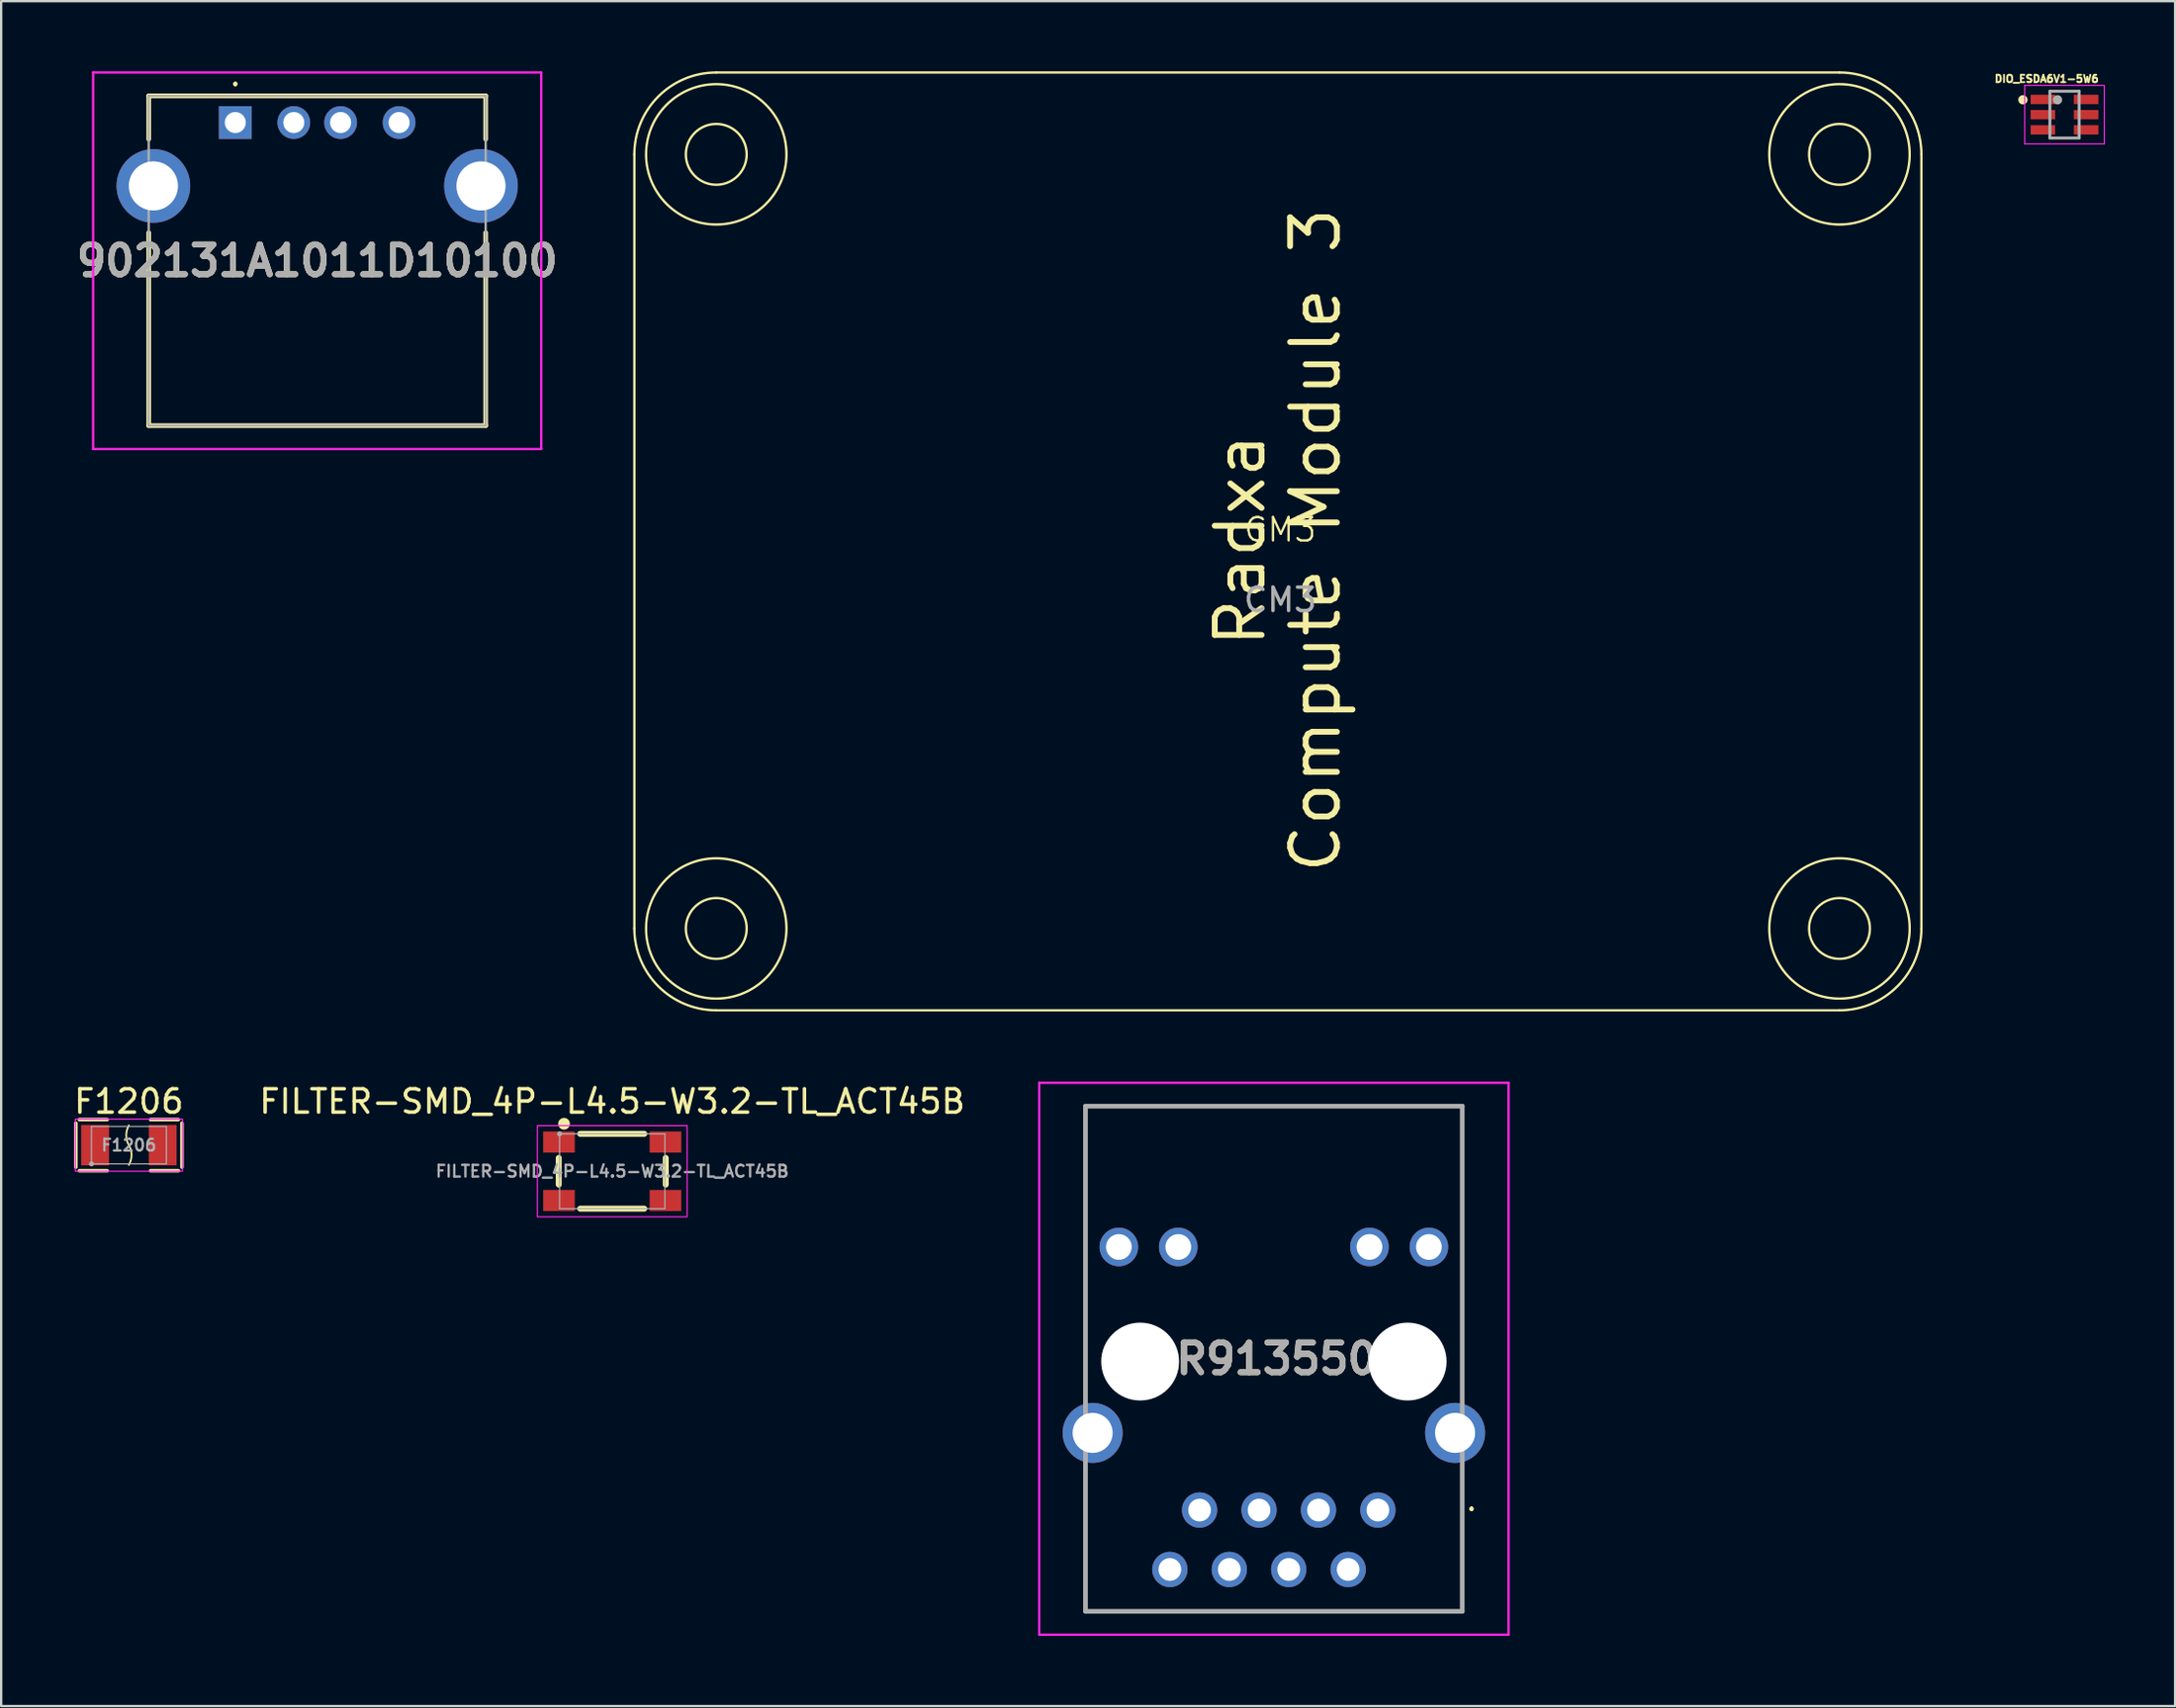
<source format=kicad_pcb>
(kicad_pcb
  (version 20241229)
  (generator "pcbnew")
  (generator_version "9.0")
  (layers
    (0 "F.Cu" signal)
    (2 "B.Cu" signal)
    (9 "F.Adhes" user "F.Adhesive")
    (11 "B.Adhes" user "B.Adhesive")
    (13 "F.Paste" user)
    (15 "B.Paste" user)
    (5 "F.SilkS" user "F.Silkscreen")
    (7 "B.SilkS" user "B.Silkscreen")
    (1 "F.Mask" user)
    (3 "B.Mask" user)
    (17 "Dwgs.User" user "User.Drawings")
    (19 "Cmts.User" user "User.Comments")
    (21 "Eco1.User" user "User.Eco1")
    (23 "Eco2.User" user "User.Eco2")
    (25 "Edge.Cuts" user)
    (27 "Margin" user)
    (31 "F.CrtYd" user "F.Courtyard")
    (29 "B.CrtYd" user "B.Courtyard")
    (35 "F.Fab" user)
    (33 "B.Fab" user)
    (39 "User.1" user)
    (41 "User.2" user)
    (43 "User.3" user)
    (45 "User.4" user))
  (footprint "FILTER-SMD_4P-L4.5-W3.2-TL_ACT45B"
    (layer "F.Cu")
    (at 23.113 47.032)
    (property "Reference" "FILTER-SMD_4P-L4.5-W3.2-TL_ACT45B" (at 0 -2.984 0) (layer "F.SilkS") (effects (font (size 1 1) (thickness 0.15))))
    (fp_line (start -2.286 -0.569) (end -2.286 0.569) (stroke (width 0.254) (type default)) (layer "F.SilkS"))
    (fp_line (start -1.369 -1.6) (end 1.369 -1.6) (stroke (width 0.254) (type default)) (layer "F.SilkS"))
    (fp_line (start -1.369 1.6) (end 1.369 1.6) (stroke (width 0.254) (type default)) (layer "F.SilkS"))
    (fp_line (start 2.286 -0.569) (end 2.286 0.569) (stroke (width 0.254) (type default)) (layer "F.SilkS"))
    (fp_circle (center -2.06 -2.03) (end -1.933 -2.03) (stroke (width 0.254) (type default)) (fill no) (layer "F.SilkS"))
    (fp_rect (start -3.2 -1.95) (end 3.2 1.95) (stroke (width 0.05) (type default)) (fill no) (layer "F.CrtYd"))
    (fp_line (start -2.25 -1.6) (end 2.25 -1.6) (stroke (width 0.051) (type default)) (layer "F.Fab"))
    (fp_line (start -2.25 1.6) (end -2.25 -1.6) (stroke (width 0.051) (type default)) (layer "F.Fab"))
    (fp_line (start 2.25 -1.6) (end 2.25 1.6) (stroke (width 0.051) (type default)) (layer "F.Fab"))
    (fp_line (start 2.25 1.6) (end -2.25 1.6) (stroke (width 0.051) (type default)) (layer "F.Fab"))
    (fp_poly (pts (xy -2.195 -1.623) (xy -2.227 -1.655) (xy -2.273 -1.655) (xy -2.305 -1.623) (xy -2.305 -1.577) (xy -2.273 -1.545) (xy -2.227 -1.545) (xy -2.195 -1.577)) (stroke (width 0.1) (type default)) (fill no) (layer "F.Fab"))
    (fp_poly (pts (xy -2.25 -0.9) (xy -2.25 -1.6) (xy -1.6 -1.6) (xy -1.6 -0.9)) (stroke (width 0.1) (type default)) (fill no) (layer "User.1"))
    (fp_poly (pts (xy -2.25 1.6) (xy -2.25 0.9) (xy -1.6 0.9) (xy -1.6 1.6)) (stroke (width 0.1) (type default)) (fill no) (layer "User.1"))
    (fp_poly (pts (xy 1.6 -0.9) (xy 1.6 -1.6) (xy 2.25 -1.6) (xy 2.25 -0.9)) (stroke (width 0.1) (type default)) (fill no) (layer "User.1"))
    (fp_poly (pts (xy 1.6 1.6) (xy 1.6 0.9) (xy 2.25 0.9) (xy 2.25 1.6)) (stroke (width 0.1) (type default)) (fill no) (layer "User.1"))
    (fp_text user "${REFERENCE}" (at 0 0 0) (layer "F.Fab") (effects (font (size 0.5 0.5) (thickness 0.1))))
    (pad "1" smd rect (at -2.275 -1.25) (size 1.35 0.9) (layers "F.Cu" "F.Mask" "F.Paste"))
    (pad "2" smd rect (at -2.275 1.25) (size 1.35 0.9) (layers "F.Cu" "F.Mask" "F.Paste"))
    (pad "3" smd rect (at 2.275 1.25) (size 1.35 0.9) (layers "F.Cu" "F.Mask" "F.Paste"))
    (pad "4" smd rect (at 2.275 -1.25) (size 1.35 0.9) (layers "F.Cu" "F.Mask" "F.Paste")))
  (footprint "HR913550A"
    (layer "F.Cu")
    (at 55.833 61.52)
    (property "Reference" "HR913550A" (at -4.445 -6.47 0) (layer "F.SilkS") (effects (font (size 1.27 1.27) (thickness 0.254))))
    (attr through_hole)
    (fp_line (start -12.495 -17.27) (end 3.605 -17.27) (stroke (width 0.1) (type solid)) (layer "F.SilkS"))
    (fp_line (start -12.495 -4.85) (end -12.495 -17.27) (stroke (width 0.1) (type solid)) (layer "F.SilkS"))
    (fp_line (start -12.495 -1.85) (end -12.495 4.33) (stroke (width 0.1) (type solid)) (layer "F.SilkS"))
    (fp_line (start -12.495 4.33) (end 3.605 4.33) (stroke (width 0.1) (type solid)) (layer "F.SilkS"))
    (fp_line (start 3.605 -17.27) (end 3.605 -4.85) (stroke (width 0.1) (type solid)) (layer "F.SilkS"))
    (fp_line (start 3.605 4.33) (end 3.605 -1.85) (stroke (width 0.1) (type solid)) (layer "F.SilkS"))
    (fp_line (start 4 -0.1) (end 4 -0.1) (stroke (width 0.1) (type solid)) (layer "F.SilkS"))
    (fp_line (start 4 0) (end 4 0) (stroke (width 0.1) (type solid)) (layer "F.SilkS"))
    (fp_arc (start 4 -0.1) (mid 4.05 -0.05) (end 4 0) (stroke (width 0.1) (type solid)) (layer "F.SilkS"))
    (fp_arc (start 4 0) (mid 3.95 -0.05) (end 4 -0.1) (stroke (width 0.1) (type solid)) (layer "F.SilkS"))
    (fp_line (start -14.473 -18.27) (end 5.582 -18.27) (stroke (width 0.1) (type solid)) (layer "F.CrtYd"))
    (fp_line (start -14.473 5.33) (end -14.473 -18.27) (stroke (width 0.1) (type solid)) (layer "F.CrtYd"))
    (fp_line (start 5.582 -18.27) (end 5.582 5.33) (stroke (width 0.1) (type solid)) (layer "F.CrtYd"))
    (fp_line (start 5.582 5.33) (end -14.473 5.33) (stroke (width 0.1) (type solid)) (layer "F.CrtYd"))
    (fp_line (start -12.495 -17.27) (end 3.605 -17.27) (stroke (width 0.2) (type solid)) (layer "F.Fab"))
    (fp_line (start -12.495 4.33) (end -12.495 -17.27) (stroke (width 0.2) (type solid)) (layer "F.Fab"))
    (fp_line (start 3.605 -17.27) (end 3.605 4.33) (stroke (width 0.2) (type solid)) (layer "F.Fab"))
    (fp_line (start 3.605 4.33) (end -12.495 4.33) (stroke (width 0.2) (type solid)) (layer "F.Fab"))
    (fp_text user "${REFERENCE}" (at -4.445 -6.47 0) (layer "F.Fab") (effects (font (size 1.27 1.27) (thickness 0.254))))
    (pad "" np_thru_hole circle (at -10.16 -6.35) (size 3.33 3.33) (drill 3.33) (layers "*.Cu" "*.Mask"))
    (pad "" np_thru_hole circle (at 1.27 -6.35) (size 3.33 3.33) (drill 3.33) (layers "*.Cu" "*.Mask"))
    (pad "1" thru_hole circle (at 0 0) (size 1.509 1.509) (drill 0.97) (layers "*.Cu" "*.Mask"))
    (pad "2" thru_hole circle (at -1.27 2.54) (size 1.509 1.509) (drill 0.97) (layers "*.Cu" "*.Mask"))
    (pad "3" thru_hole circle (at -2.54 0) (size 1.509 1.509) (drill 0.97) (layers "*.Cu" "*.Mask"))
    (pad "4" thru_hole circle (at -3.81 2.54) (size 1.509 1.509) (drill 0.97) (layers "*.Cu" "*.Mask"))
    (pad "5" thru_hole circle (at -5.08 0) (size 1.509 1.509) (drill 0.97) (layers "*.Cu" "*.Mask"))
    (pad "6" thru_hole circle (at -6.35 2.54) (size 1.509 1.509) (drill 0.97) (layers "*.Cu" "*.Mask"))
    (pad "7" thru_hole circle (at -7.62 0) (size 1.509 1.509) (drill 0.97) (layers "*.Cu" "*.Mask"))
    (pad "8" thru_hole circle (at -8.89 2.54) (size 1.509 1.509) (drill 0.97) (layers "*.Cu" "*.Mask"))
    (pad "9" thru_hole circle (at 2.18 -11.25) (size 1.65 1.65) (drill 1.1) (layers "*.Cu" "*.Mask"))
    (pad "10" thru_hole circle (at -0.36 -11.25) (size 1.65 1.65) (drill 1.1) (layers "*.Cu" "*.Mask"))
    (pad "11" thru_hole circle (at -8.53 -11.25) (size 1.65 1.65) (drill 1.1) (layers "*.Cu" "*.Mask"))
    (pad "12" thru_hole circle (at -11.07 -11.25) (size 1.65 1.65) (drill 1.1) (layers "*.Cu" "*.Mask"))
    (pad "13" thru_hole circle (at -12.19 -3.3) (size 2.565 2.565) (drill 1.71) (layers "*.Cu" "*.Mask"))
    (pad "14" thru_hole circle (at 3.3 -3.3) (size 2.565 2.565) (drill 1.71) (layers "*.Cu" "*.Mask")))
  (footprint "902131A1011D10100"
    (layer "F.Cu")
    (at 7.005 2.19)
    (property "Reference" "902131A1011D10100" (at 3.5 5.91 0) (layer "F.SilkS") (effects (font (size 1.27 1.27) (thickness 0.254))))
    (attr through_hole)
    (fp_line (start -3.7 -1.14) (end 10.7 -1.14) (stroke (width 0.2) (type solid)) (layer "F.SilkS"))
    (fp_line (start -3.7 0.71) (end -3.7 -1.14) (stroke (width 0.2) (type solid)) (layer "F.SilkS"))
    (fp_line (start -3.7 4.71) (end -3.7 12.96) (stroke (width 0.2) (type solid)) (layer "F.SilkS"))
    (fp_line (start -3.7 12.96) (end 10.7 12.96) (stroke (width 0.2) (type solid)) (layer "F.SilkS"))
    (fp_line (start 0 -1.7) (end 0 -1.7) (stroke (width 0.1) (type solid)) (layer "F.SilkS"))
    (fp_line (start 0 -1.6) (end 0 -1.6) (stroke (width 0.1) (type solid)) (layer "F.SilkS"))
    (fp_line (start 10.7 -1.14) (end 10.7 0.71) (stroke (width 0.2) (type solid)) (layer "F.SilkS"))
    (fp_line (start 10.7 5.21) (end 10.7 4.71) (stroke (width 0.2) (type solid)) (layer "F.SilkS"))
    (fp_line (start 10.7 12.96) (end 10.7 5.21) (stroke (width 0.2) (type solid)) (layer "F.SilkS"))
    (fp_arc (start 0 -1.7) (mid 0.05 -1.65) (end 0 -1.6) (stroke (width 0.1) (type solid)) (layer "F.SilkS"))
    (fp_arc (start 0 -1.6) (mid -0.05 -1.65) (end 0 -1.7) (stroke (width 0.1) (type solid)) (layer "F.SilkS"))
    (fp_line (start -6.075 -2.14) (end 13.075 -2.14) (stroke (width 0.1) (type solid)) (layer "F.CrtYd"))
    (fp_line (start -6.075 13.96) (end -6.075 -2.14) (stroke (width 0.1) (type solid)) (layer "F.CrtYd"))
    (fp_line (start 13.075 -2.14) (end 13.075 13.96) (stroke (width 0.1) (type solid)) (layer "F.CrtYd"))
    (fp_line (start 13.075 13.96) (end -6.075 13.96) (stroke (width 0.1) (type solid)) (layer "F.CrtYd"))
    (fp_line (start -3.7 -1.14) (end 10.7 -1.14) (stroke (width 0.1) (type solid)) (layer "F.Fab"))
    (fp_line (start -3.7 12.96) (end -3.7 -1.14) (stroke (width 0.1) (type solid)) (layer "F.Fab"))
    (fp_line (start 10.7 -1.14) (end 10.7 12.96) (stroke (width 0.1) (type solid)) (layer "F.Fab"))
    (fp_line (start 10.7 12.96) (end -3.7 12.96) (stroke (width 0.1) (type solid)) (layer "F.Fab"))
    (fp_text user "${REFERENCE}" (at 3.5 5.91 0) (layer "F.Fab") (effects (font (size 1.27 1.27) (thickness 0.254))))
    (pad "1" thru_hole rect (at 0 0) (size 1.4 1.4) (drill 0.9) (layers "*.Cu" "*.Mask"))
    (pad "2" thru_hole circle (at 2.5 0) (size 1.4 1.4) (drill 0.9) (layers "*.Cu" "*.Mask"))
    (pad "3" thru_hole circle (at 4.5 0) (size 1.4 1.4) (drill 0.9) (layers "*.Cu" "*.Mask"))
    (pad "4" thru_hole circle (at 7 0) (size 1.4 1.4) (drill 0.9) (layers "*.Cu" "*.Mask"))
    (pad "5" thru_hole circle (at -3.5 2.71) (size 3.15 3.15) (drill 2.1) (layers "*.Cu" "*.Mask"))
    (pad "5" thru_hole circle (at 10.5 2.71) (size 3.15 3.15) (drill 2.1) (layers "*.Cu" "*.Mask")))
  (footprint "DIO_ESDA6V1-5W6"
    (layer "F.Cu")
    (at 85.176 1.852)
    (property "Reference" "DIO_ESDA6V1-5W6" (at -0.765 -1.53 0) (layer "F.SilkS") (effects (font (size 0.315 0.315) (thickness 0.079))))
    (attr smd)
    (fp_circle (center -1.778 -0.635) (end -1.678 -0.635) (stroke (width 0.2) (type solid)) (fill no) (layer "F.SilkS"))
    (fp_line (start -1.7 -1.25) (end -1.7 1.25) (stroke (width 0.05) (type solid)) (layer "F.CrtYd"))
    (fp_line (start -1.7 1.25) (end 1.7 1.25) (stroke (width 0.05) (type solid)) (layer "F.CrtYd"))
    (fp_line (start 1.7 -1.25) (end -1.7 -1.25) (stroke (width 0.05) (type solid)) (layer "F.CrtYd"))
    (fp_line (start 1.7 1.25) (end 1.7 -1.25) (stroke (width 0.05) (type solid)) (layer "F.CrtYd"))
    (fp_line (start -0.625 -1) (end -0.625 1) (stroke (width 0.127) (type solid)) (layer "F.Fab"))
    (fp_line (start -0.625 1) (end 0.625 1) (stroke (width 0.127) (type solid)) (layer "F.Fab"))
    (fp_line (start 0.625 -1) (end -0.625 -1) (stroke (width 0.127) (type solid)) (layer "F.Fab"))
    (fp_line (start 0.625 1) (end 0.625 -1) (stroke (width 0.127) (type solid)) (layer "F.Fab"))
    (fp_circle (center -0.3 -0.635) (end -0.2 -0.635) (stroke (width 0.2) (type solid)) (fill no) (layer "F.Fab"))
    (pad "1" smd rect (at -0.925 -0.65) (size 1.05 0.4) (layers "F.Cu" "F.Mask" "F.Paste"))
    (pad "2" smd rect (at -0.925 0) (size 1.05 0.4) (layers "F.Cu" "F.Mask" "F.Paste"))
    (pad "3" smd rect (at -0.925 0.65) (size 1.05 0.4) (layers "F.Cu" "F.Mask" "F.Paste"))
    (pad "4" smd rect (at 0.925 0.65) (size 1.05 0.4) (layers "F.Cu" "F.Mask" "F.Paste"))
    (pad "5" smd rect (at 0.925 0) (size 1.05 0.4) (layers "F.Cu" "F.Mask" "F.Paste"))
    (pad "6" smd rect (at 0.925 -0.65) (size 1.05 0.4) (layers "F.Cu" "F.Mask" "F.Paste")))
  (footprint "F1206"
    (layer "F.Cu")
    (at 2.458 45.917)
    (property "Reference" "F1206" (at 0 -1.869 0) (layer "F.SilkS") (effects (font (size 1 1) (thickness 0.15))))
    (fp_line (start -2.268 -0.94) (end -2.268 0.94) (stroke (width 0.152) (type default)) (layer "F.SilkS"))
    (fp_line (start -2.116 1.093) (end -0.926 1.093) (stroke (width 0.152) (type default)) (layer "F.SilkS"))
    (fp_line (start -0.926 -1.093) (end -2.116 -1.093) (stroke (width 0.152) (type default)) (layer "F.SilkS"))
    (fp_line (start 0.926 -1.093) (end 2.116 -1.093) (stroke (width 0.152) (type default)) (layer "F.SilkS"))
    (fp_line (start 2.116 1.093) (end 0.926 1.093) (stroke (width 0.152) (type default)) (layer "F.SilkS"))
    (fp_line (start 2.268 -0.94) (end 2.268 0.94) (stroke (width 0.152) (type default)) (layer "F.SilkS"))
    (fp_arc (start 0 0) (mid -0.113248 -0.4225) (end 0 -0.845) (stroke (width 0.076) (type default)) (layer "F.SilkS"))
    (fp_arc (start 0 0) (mid 0.113248 0.4225) (end 0 0.845) (stroke (width 0.076) (type default)) (layer "F.SilkS"))
    (fp_rect (start -2.29 -1.114) (end 2.29 1.114) (stroke (width 0.05) (type default)) (fill no) (layer "F.CrtYd"))
    (fp_line (start -1.6 -0.8) (end -1.6 0.8) (stroke (width 0.051) (type default)) (layer "F.Fab"))
    (fp_line (start -1.6 0.8) (end 1.6 0.8) (stroke (width 0.051) (type default)) (layer "F.Fab"))
    (fp_line (start 1.6 -0.8) (end -1.6 -0.8) (stroke (width 0.051) (type default)) (layer "F.Fab"))
    (fp_line (start 1.6 0.8) (end 1.6 -0.8) (stroke (width 0.051) (type default)) (layer "F.Fab"))
    (fp_poly (pts (xy -1.545 0.777) (xy -1.577 0.745) (xy -1.623 0.745) (xy -1.655 0.777) (xy -1.655 0.823) (xy -1.623 0.855) (xy -1.577 0.855) (xy -1.545 0.823)) (stroke (width 0.1) (type default)) (fill no) (layer "F.Fab"))
    (fp_poly (pts (xy -1.6 0.8) (xy -1.1 0.8) (xy -1.1 -0.8) (xy -1.6 -0.8)) (stroke (width 0.1) (type default)) (fill no) (layer "User.1"))
    (fp_poly (pts (xy 1.1 0.8) (xy 1.6 0.8) (xy 1.6 -0.8) (xy 1.1 -0.8)) (stroke (width 0.1) (type default)) (fill no) (layer "User.1"))
    (fp_text user "${REFERENCE}" (at 0 0 0) (layer "F.Fab") (effects (font (size 0.5 0.5) (thickness 0.1))))
    (pad "1" smd rect (at -1.445 0) (size 1.19 1.728) (layers "F.Cu" "F.Mask" "F.Paste"))
    (pad "2" smd rect (at 1.445 0) (size 1.19 1.728) (layers "F.Cu" "F.Mask" "F.Paste")))
  (footprint "CM3"
    (layer "F.Cu")
    (at 51.659 20.1)
    (property "Reference" "CM3" (at 0 -0.5 0) (unlocked yes) (layer "F.SilkS") (effects (font (size 1 1) (thickness 0.1))))
    (attr smd board_only exclude_from_bom dnp)
    (fp_line (start -27.6 16.55) (end -27.6 -16.55) (stroke (width 0.1) (type default)) (layer "F.SilkS"))
    (fp_line (start -24.1 20.05) (end 23.9 20.05) (stroke (width 0.1) (type default)) (layer "F.SilkS"))
    (fp_line (start 23.9 -20.05) (end -24.1 -20.05) (stroke (width 0.1) (type default)) (layer "F.SilkS"))
    (fp_line (start 27.4 16.55) (end 27.4 -16.55) (stroke (width 0.1) (type default)) (layer "F.SilkS"))
    (fp_arc (start -27.6 -16.55) (mid -26.574874 -19.024874) (end -24.1 -20.05) (stroke (width 0.1) (type default)) (layer "F.SilkS"))
    (fp_arc (start -24.1 20.05) (mid -26.574874 19.024874) (end -27.6 16.55) (stroke (width 0.1) (type default)) (layer "F.SilkS"))
    (fp_arc (start 23.9 -20.05) (mid 26.374874 -19.024874) (end 27.4 -16.55) (stroke (width 0.1) (type default)) (layer "F.SilkS"))
    (fp_arc (start 27.4 16.55) (mid 26.374874 19.024874) (end 23.9 20.05) (stroke (width 0.1) (type default)) (layer "F.SilkS"))
    (fp_circle (center -24.1 -16.55) (end -24.1 -19.55) (stroke (width 0.1) (type default)) (fill no) (layer "F.SilkS"))
    (fp_circle (center -24.1 -16.55) (end -22.8 -16.55) (stroke (width 0.1) (type default)) (fill no) (layer "F.SilkS"))
    (fp_circle (center -24.1 16.55) (end -24.1 13.55) (stroke (width 0.1) (type default)) (fill no) (layer "F.SilkS"))
    (fp_circle (center -24.1 16.55) (end -22.8 16.55) (stroke (width 0.1) (type default)) (fill no) (layer "F.SilkS"))
    (fp_circle (center 23.9 -16.55) (end 23.9 -19.55) (stroke (width 0.1) (type default)) (fill no) (layer "F.SilkS"))
    (fp_circle (center 23.9 -16.55) (end 25.2 -16.55) (stroke (width 0.1) (type default)) (fill no) (layer "F.SilkS"))
    (fp_circle (center 23.9 16.55) (end 23.9 13.55) (stroke (width 0.1) (type default)) (fill no) (layer "F.SilkS"))
    (fp_circle (center 23.9 16.55) (end 25.2 16.55) (stroke (width 0.1) (type default)) (fill no) (layer "F.SilkS"))
    (fp_text user "Radxa\nCompute Module 3" (at -0.1 -0.05 90) (unlocked yes) (layer "F.SilkS") (effects (font (size 2 2) (thickness 0.25))))
    (fp_text user "${REFERENCE}" (at 0 2.5 0) (unlocked yes) (layer "F.Fab") (effects (font (size 1 1) (thickness 0.15)))))
  (gr_rect
    (start -3 -3)
    (end 89.901 69.9)
    (stroke (width 0.1) (type default))
    (fill no)
    (layer "Edge.Cuts")))
</source>
